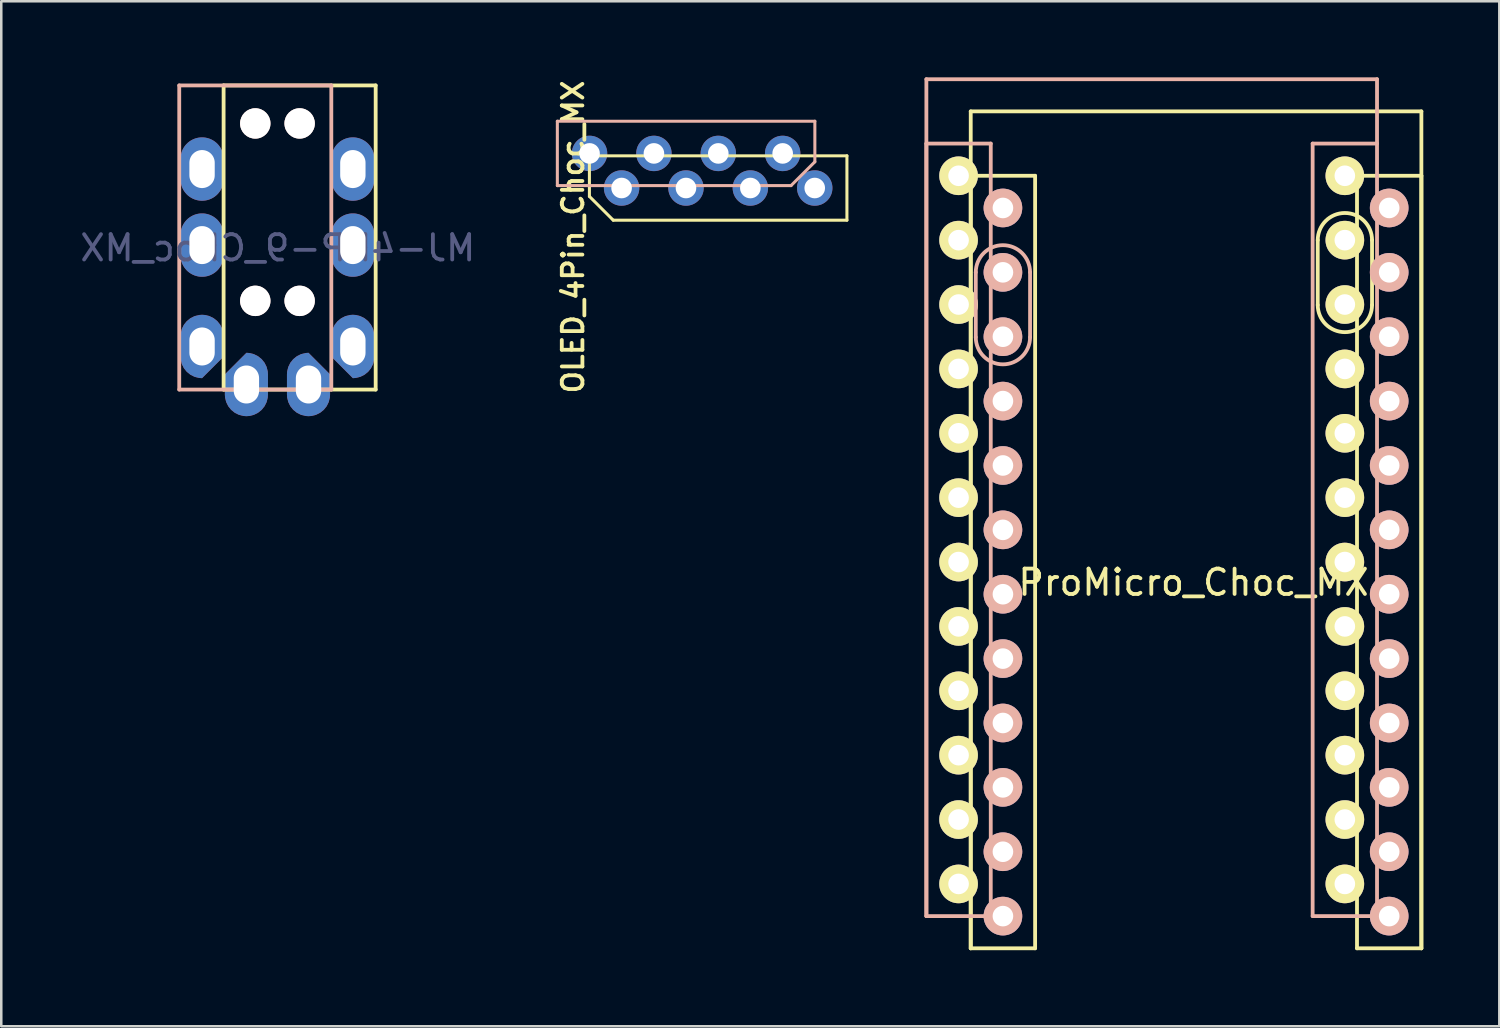
<source format=kicad_pcb>
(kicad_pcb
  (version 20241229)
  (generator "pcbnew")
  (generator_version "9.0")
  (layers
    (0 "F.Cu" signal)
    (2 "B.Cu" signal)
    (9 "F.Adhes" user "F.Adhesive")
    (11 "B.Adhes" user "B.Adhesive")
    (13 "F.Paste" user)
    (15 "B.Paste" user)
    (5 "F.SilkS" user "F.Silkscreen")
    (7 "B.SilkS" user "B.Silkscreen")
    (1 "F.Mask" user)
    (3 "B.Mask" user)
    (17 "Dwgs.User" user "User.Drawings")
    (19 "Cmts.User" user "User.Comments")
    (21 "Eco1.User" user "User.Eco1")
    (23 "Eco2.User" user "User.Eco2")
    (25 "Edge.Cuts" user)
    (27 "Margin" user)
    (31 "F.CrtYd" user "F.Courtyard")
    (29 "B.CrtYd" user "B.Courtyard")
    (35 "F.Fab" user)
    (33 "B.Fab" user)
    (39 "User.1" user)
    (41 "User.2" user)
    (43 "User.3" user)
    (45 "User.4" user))
  (footprint "OLED_4Pin_Choc_MX"
    (layer "F.Cu")
    (at 21.475 4.368)
    (property "Reference" "OLED_4Pin_Choc_MX" (at -1.915 1.93 90) (layer "F.SilkS") (effects (font (size 0.813 0.813) (thickness 0.15))))
    (attr through_hole)
    (fp_line (start -1.27 -1.27) (end 8.89 -1.27) (stroke (width 0.12) (type default)) (layer "F.SilkS"))
    (fp_line (start -1.27 0.331) (end -1.27 -1.27) (stroke (width 0.12) (type default)) (layer "F.SilkS"))
    (fp_line (start -1.27 0.331) (end -0.33 1.27) (stroke (width 0.12) (type default)) (layer "F.SilkS"))
    (fp_line (start 8.89 -1.27) (end 8.89 1.27) (stroke (width 0.12) (type default)) (layer "F.SilkS"))
    (fp_line (start 8.89 1.27) (end -0.33 1.27) (stroke (width 0.12) (type default)) (layer "F.SilkS"))
    (fp_line (start -2.535 -2.635) (end -2.535 -0.095) (stroke (width 0.12) (type default)) (layer "B.SilkS"))
    (fp_line (start -2.535 -0.095) (end 6.685 -0.095) (stroke (width 0.12) (type default)) (layer "B.SilkS"))
    (fp_line (start 7.625 -2.635) (end -2.535 -2.635) (stroke (width 0.12) (type default)) (layer "B.SilkS"))
    (fp_line (start 7.625 -1.034) (end 6.685 -0.095) (stroke (width 0.12) (type default)) (layer "B.SilkS"))
    (fp_line (start 7.625 -1.034) (end 7.625 -2.635) (stroke (width 0.12) (type default)) (layer "B.SilkS"))
    (pad "1" thru_hole circle (at 0 0) (size 1.397 1.397) (drill 0.813) (layers "*.Cu" "B.Mask"))
    (pad "1" thru_hole circle (at 6.355 -1.365) (size 1.397 1.397) (drill 0.813) (layers "*.Cu" "F.Mask"))
    (pad "2" thru_hole circle (at 2.54 0) (size 1.397 1.397) (drill 0.813) (layers "*.Cu" "B.Mask"))
    (pad "2" thru_hole circle (at 3.815 -1.365) (size 1.397 1.397) (drill 0.813) (layers "*.Cu" "F.Mask"))
    (pad "3" thru_hole circle (at 1.275 -1.365) (size 1.397 1.397) (drill 0.813) (layers "*.Cu" "F.Mask"))
    (pad "3" thru_hole circle (at 5.08 0) (size 1.397 1.397) (drill 0.813) (layers "*.Cu" "B.Mask"))
    (pad "4" thru_hole circle (at -1.265 -1.365) (size 1.397 1.397) (drill 0.813) (layers "*.Cu" "F.Mask"))
    (pad "4" thru_hole circle (at 7.62 0) (size 1.397 1.397) (drill 0.813) (layers "*.Cu" "B.Mask")))
  (footprint "ProMicro_Choc_MX"
    (layer "F.Cu")
    (at 44.041 18.729)
    (property "Reference" "ProMicro_Choc_MX" (at 0 1.2 0) (layer "F.SilkS") (effects (font (size 1 1) (thickness 0.15))))
    (attr through_hole)
    (fp_line (start -8.791 -17.384) (end -8.791 15.636) (stroke (width 0.15) (type solid)) (layer "F.SilkS"))
    (fp_line (start -8.791 -14.844) (end -8.791 15.636) (stroke (width 0.15) (type solid)) (layer "F.SilkS"))
    (fp_line (start -8.791 15.636) (end -6.251 15.636) (stroke (width 0.15) (type solid)) (layer "F.SilkS"))
    (fp_line (start -6.251 -14.844) (end -8.791 -14.844) (stroke (width 0.15) (type solid)) (layer "F.SilkS"))
    (fp_line (start -6.251 15.636) (end -6.251 -14.844) (stroke (width 0.15) (type solid)) (layer "F.SilkS"))
    (fp_line (start 4.9 -12.305) (end 4.9 -9.745) (stroke (width 0.15) (type default)) (layer "F.SilkS"))
    (fp_line (start 6.449 -14.844) (end 6.449 15.636) (stroke (width 0.15) (type solid)) (layer "F.SilkS"))
    (fp_line (start 6.449 15.636) (end 8.989 15.636) (stroke (width 0.15) (type solid)) (layer "F.SilkS"))
    (fp_line (start 7.042 -9.745) (end 7.042 -12.305) (stroke (width 0.15) (type default)) (layer "F.SilkS"))
    (fp_line (start 8.989 -17.384) (end -8.791 -17.384) (stroke (width 0.15) (type solid)) (layer "F.SilkS"))
    (fp_line (start 8.989 -14.844) (end 6.449 -14.844) (stroke (width 0.15) (type solid)) (layer "F.SilkS"))
    (fp_line (start 8.989 15.636) (end 8.989 -17.384) (stroke (width 0.15) (type solid)) (layer "F.SilkS"))
    (fp_line (start 8.989 15.636) (end 8.989 -14.844) (stroke (width 0.15) (type solid)) (layer "F.SilkS"))
    (fp_arc (start 4.9 -12.304627) (mid 5.971224 -13.375851) (end 7.042448 -12.304627) (stroke (width 0.15) (type default)) (layer "F.SilkS"))
    (fp_arc (start 7.042448 -9.745372) (mid 5.971224 -8.674148) (end 4.9 -9.745372) (stroke (width 0.15) (type default)) (layer "F.SilkS"))
    (fp_line (start -10.541 -18.654) (end 7.239 -18.654) (stroke (width 0.15) (type solid)) (layer "B.SilkS"))
    (fp_line (start -10.541 -16.114) (end -8.001 -16.114) (stroke (width 0.15) (type solid)) (layer "B.SilkS"))
    (fp_line (start -10.541 14.366) (end -10.541 -18.654) (stroke (width 0.15) (type solid)) (layer "B.SilkS"))
    (fp_line (start -10.541 14.366) (end -10.541 -16.114) (stroke (width 0.15) (type solid)) (layer "B.SilkS"))
    (fp_line (start -8.592 -8.475) (end -8.592 -11.034) (stroke (width 0.15) (type default)) (layer "B.SilkS"))
    (fp_line (start -8.001 -16.114) (end -8.001 14.366) (stroke (width 0.15) (type solid)) (layer "B.SilkS"))
    (fp_line (start -8.001 14.366) (end -10.541 14.366) (stroke (width 0.15) (type solid)) (layer "B.SilkS"))
    (fp_line (start -6.45 -11.034) (end -6.45 -8.475) (stroke (width 0.15) (type default)) (layer "B.SilkS"))
    (fp_line (start 4.699 -16.114) (end 7.239 -16.114) (stroke (width 0.15) (type solid)) (layer "B.SilkS"))
    (fp_line (start 4.699 14.366) (end 4.699 -16.114) (stroke (width 0.15) (type solid)) (layer "B.SilkS"))
    (fp_line (start 7.239 -18.654) (end 7.239 14.366) (stroke (width 0.15) (type solid)) (layer "B.SilkS"))
    (fp_line (start 7.239 14.366) (end 4.699 14.366) (stroke (width 0.15) (type solid)) (layer "B.SilkS"))
    (fp_arc (start -8.592409 -11.034255) (mid -7.521185 -12.105479) (end -6.449961 -11.034255) (stroke (width 0.15) (type default)) (layer "B.SilkS"))
    (fp_arc (start -6.449961 -8.475) (mid -7.521185 -7.403776) (end -8.592409 -8.475) (stroke (width 0.15) (type default)) (layer "B.SilkS"))
    (pad "1" thru_hole circle (at -9.271 -14.844) (size 1.524 1.524) (drill 0.813) (layers "*.Cu" "F.Mask" "F.SilkS"))
    (pad "1" thru_hole circle (at 7.719 -13.574 180) (size 1.524 1.524) (drill 0.813) (layers "*.Cu" "B.Mask" "B.SilkS"))
    (pad "2" thru_hole circle (at -9.271 -12.304) (size 1.524 1.524) (drill 0.813) (layers "*.Cu" "F.Mask" "F.SilkS"))
    (pad "2" thru_hole circle (at 7.719 -11.034 180) (size 1.524 1.524) (drill 0.813) (layers "*.Cu" "B.Mask" "B.SilkS"))
    (pad "3" thru_hole circle (at -9.271 -9.764) (size 1.524 1.524) (drill 0.813) (layers "*.Cu" "F.Mask" "F.SilkS"))
    (pad "3" thru_hole circle (at 7.719 -8.494 180) (size 1.524 1.524) (drill 0.813) (layers "*.Cu" "B.Mask" "B.SilkS"))
    (pad "4" thru_hole circle (at -9.271 -7.224) (size 1.524 1.524) (drill 0.813) (layers "*.Cu" "F.Mask" "F.SilkS"))
    (pad "4" thru_hole circle (at 7.719 -5.954 180) (size 1.524 1.524) (drill 0.813) (layers "*.Cu" "B.Mask" "B.SilkS"))
    (pad "5" thru_hole circle (at -9.271 -4.684) (size 1.524 1.524) (drill 0.813) (layers "*.Cu" "F.Mask" "F.SilkS"))
    (pad "5" thru_hole circle (at 7.719 -3.414 180) (size 1.524 1.524) (drill 0.813) (layers "*.Cu" "B.Mask" "B.SilkS"))
    (pad "6" thru_hole circle (at -9.271 -2.144) (size 1.524 1.524) (drill 0.813) (layers "*.Cu" "F.Mask" "F.SilkS"))
    (pad "6" thru_hole circle (at 7.719 -0.874 180) (size 1.524 1.524) (drill 0.813) (layers "*.Cu" "B.Mask" "B.SilkS"))
    (pad "7" thru_hole circle (at -9.271 0.396) (size 1.524 1.524) (drill 0.813) (layers "*.Cu" "F.Mask" "F.SilkS"))
    (pad "7" thru_hole circle (at 7.719 1.666 180) (size 1.524 1.524) (drill 0.813) (layers "*.Cu" "B.Mask" "B.SilkS"))
    (pad "8" thru_hole circle (at -9.271 2.936) (size 1.524 1.524) (drill 0.813) (layers "*.Cu" "F.Mask" "F.SilkS"))
    (pad "8" thru_hole circle (at 7.719 4.206 180) (size 1.524 1.524) (drill 0.813) (layers "*.Cu" "B.Mask" "B.SilkS"))
    (pad "9" thru_hole circle (at -9.271 5.476) (size 1.524 1.524) (drill 0.813) (layers "*.Cu" "F.Mask" "F.SilkS"))
    (pad "9" thru_hole circle (at 7.719 6.746 180) (size 1.524 1.524) (drill 0.813) (layers "*.Cu" "B.Mask" "B.SilkS"))
    (pad "10" thru_hole circle (at -9.271 8.016) (size 1.524 1.524) (drill 0.813) (layers "*.Cu" "F.Mask" "F.SilkS"))
    (pad "10" thru_hole circle (at 7.719 9.286 180) (size 1.524 1.524) (drill 0.813) (layers "*.Cu" "B.Mask" "B.SilkS"))
    (pad "11" thru_hole circle (at -9.271 10.556) (size 1.524 1.524) (drill 0.813) (layers "*.Cu" "F.Mask" "F.SilkS"))
    (pad "11" thru_hole circle (at 7.719 11.826 180) (size 1.524 1.524) (drill 0.813) (layers "*.Cu" "B.Mask" "B.SilkS"))
    (pad "12" thru_hole circle (at -9.271 13.096) (size 1.524 1.524) (drill 0.813) (layers "*.Cu" "F.Mask" "F.SilkS"))
    (pad "12" thru_hole circle (at 7.719 14.366 180) (size 1.524 1.524) (drill 0.813) (layers "*.Cu" "B.Mask" "B.SilkS"))
    (pad "13" thru_hole circle (at -7.521 14.366 180) (size 1.524 1.524) (drill 0.813) (layers "*.Cu" "B.Mask" "B.SilkS"))
    (pad "13" thru_hole circle (at 5.969 13.096) (size 1.524 1.524) (drill 0.813) (layers "*.Cu" "F.Mask" "F.SilkS"))
    (pad "14" thru_hole circle (at -7.521 11.826 180) (size 1.524 1.524) (drill 0.813) (layers "*.Cu" "B.Mask" "B.SilkS"))
    (pad "14" thru_hole circle (at 5.969 10.556) (size 1.524 1.524) (drill 0.813) (layers "*.Cu" "F.Mask" "F.SilkS"))
    (pad "15" thru_hole circle (at -7.521 9.286 180) (size 1.524 1.524) (drill 0.813) (layers "*.Cu" "B.Mask" "B.SilkS"))
    (pad "15" thru_hole circle (at 5.969 8.016) (size 1.524 1.524) (drill 0.813) (layers "*.Cu" "F.Mask" "F.SilkS"))
    (pad "16" thru_hole circle (at -7.521 6.746 180) (size 1.524 1.524) (drill 0.813) (layers "*.Cu" "B.Mask" "B.SilkS"))
    (pad "16" thru_hole circle (at 5.969 5.476) (size 1.524 1.524) (drill 0.813) (layers "*.Cu" "F.Mask" "F.SilkS"))
    (pad "17" thru_hole circle (at -7.521 4.206 180) (size 1.524 1.524) (drill 0.813) (layers "*.Cu" "B.Mask" "B.SilkS"))
    (pad "17" thru_hole circle (at 5.969 2.936) (size 1.524 1.524) (drill 0.813) (layers "*.Cu" "F.Mask" "F.SilkS"))
    (pad "18" thru_hole circle (at -7.521 1.666 180) (size 1.524 1.524) (drill 0.813) (layers "*.Cu" "B.Mask" "B.SilkS"))
    (pad "18" thru_hole circle (at 5.969 0.396) (size 1.524 1.524) (drill 0.813) (layers "*.Cu" "F.Mask" "F.SilkS"))
    (pad "19" thru_hole circle (at -7.521 -0.874 180) (size 1.524 1.524) (drill 0.813) (layers "*.Cu" "B.Mask" "B.SilkS"))
    (pad "19" thru_hole circle (at 5.969 -2.144) (size 1.524 1.524) (drill 0.813) (layers "*.Cu" "F.Mask" "F.SilkS"))
    (pad "20" thru_hole circle (at -7.521 -3.414 180) (size 1.524 1.524) (drill 0.813) (layers "*.Cu" "B.Mask" "B.SilkS"))
    (pad "20" thru_hole circle (at 5.969 -4.684) (size 1.524 1.524) (drill 0.813) (layers "*.Cu" "F.Mask" "F.SilkS"))
    (pad "21" thru_hole circle (at -7.521 -5.954 180) (size 1.524 1.524) (drill 0.813) (layers "*.Cu" "B.Mask" "B.SilkS"))
    (pad "21" thru_hole circle (at 5.969 -7.224) (size 1.524 1.524) (drill 0.813) (layers "*.Cu" "F.Mask" "F.SilkS"))
    (pad "22" thru_hole circle (at -7.521 -8.494 180) (size 1.524 1.524) (drill 0.813) (layers "*.Cu" "B.Mask" "B.SilkS"))
    (pad "22" thru_hole circle (at 5.969 -9.764) (size 1.524 1.524) (drill 0.813) (layers "*.Cu" "F.Mask" "F.SilkS"))
    (pad "23" thru_hole circle (at -7.521 -11.034 180) (size 1.524 1.524) (drill 0.813) (layers "*.Cu" "B.Mask" "B.SilkS"))
    (pad "23" thru_hole circle (at 5.969 -12.304) (size 1.524 1.524) (drill 0.813) (layers "*.Cu" "F.Mask" "F.SilkS"))
    (pad "24" thru_hole circle (at -7.521 -13.574 180) (size 1.524 1.524) (drill 0.813) (layers "*.Cu" "B.Mask" "B.SilkS"))
    (pad "24" thru_hole circle (at 5.969 -14.844) (size 1.524 1.524) (drill 0.813) (layers "*.Cu" "F.Mask" "F.SilkS")))
  (footprint "MJ-4PP-9_Choc_MX"
    (layer "F.Cu")
    (at 7.897 0.25)
    (property "Reference" "MJ-4PP-9_Choc_MX" (at 0.014 6.484 0) (layer "B.Fab") (effects (font (size 1 1) (thickness 0.15)) (justify mirror)))
    (attr through_hole)
    (fp_line (start -2.125 0.07) (end -2.125 12.07) (stroke (width 0.15) (type solid)) (layer "F.SilkS"))
    (fp_line (start -2.125 12.07) (end 3.875 12.07) (stroke (width 0.15) (type solid)) (layer "F.SilkS"))
    (fp_line (start 3.875 0.07) (end -2.125 0.07) (stroke (width 0.15) (type solid)) (layer "F.SilkS"))
    (fp_line (start 3.875 12.07) (end 3.875 0.07) (stroke (width 0.15) (type solid)) (layer "F.SilkS"))
    (fp_line (start -3.875 0.07) (end -3.875 12.07) (stroke (width 0.15) (type solid)) (layer "B.SilkS"))
    (fp_line (start -3.875 12.07) (end 2.125 12.07) (stroke (width 0.15) (type solid)) (layer "B.SilkS"))
    (fp_line (start 2.125 0.07) (end -3.875 0.07) (stroke (width 0.15) (type solid)) (layer "B.SilkS"))
    (fp_line (start 2.125 12.07) (end 2.125 0.07) (stroke (width 0.15) (type solid)) (layer "B.SilkS"))
    (pad "" np_thru_hole circle (at -0.875 1.57) (size 1.2 1.2) (drill 1.2) (layers "*.Cu" "*.Mask" "B.SilkS"))
    (pad "" np_thru_hole circle (at -0.875 8.57) (size 1.2 1.2) (drill 1.2) (layers "*.Cu" "*.Mask" "B.SilkS"))
    (pad "" np_thru_hole circle (at 0.875 1.57) (size 1.2 1.2) (drill 1.2) (layers "*.Cu" "*.Mask" "B.SilkS"))
    (pad "" np_thru_hole circle (at 0.875 8.57) (size 1.2 1.2) (drill 1.2) (layers "*.Cu" "*.Mask" "B.SilkS"))
    (pad "1" thru_hole roundrect (at -2.975 10.37) (size 1.7 2.5) (drill oval 1 1.5) (layers "*.Cu" "F.Mask") (roundrect_rratio 0.5) (chamfer_ratio 0.5) (chamfer bottom_right))
    (pad "1" thru_hole roundrect (at 2.975 10.37) (size 1.7 2.5) (drill oval 1 1.5) (layers "*.Cu" "B.Mask") (roundrect_rratio 0.5) (chamfer_ratio 0.5) (chamfer bottom_left))
    (pad "2" thru_hole oval (at -2.975 6.37) (size 1.7 2.5) (drill oval 1 1.5) (layers "*.Cu" "F.Mask"))
    (pad "2" thru_hole oval (at 2.975 6.37) (size 1.7 2.5) (drill oval 1 1.5) (layers "*.Cu" "B.Mask"))
    (pad "3" thru_hole oval (at -2.975 3.37) (size 1.7 2.5) (drill oval 1 1.5) (layers "*.Cu" "F.Mask"))
    (pad "3" thru_hole oval (at 2.975 3.37) (size 1.7 2.5) (drill oval 1 1.5) (layers "*.Cu" "B.Mask"))
    (pad "4" thru_hole roundrect (at -1.225 11.87) (size 1.7 2.5) (drill oval 1 1.5) (layers "*.Cu" "B.Mask") (roundrect_rratio 0.5) (chamfer_ratio 0.5) (chamfer top_left))
    (pad "4" thru_hole roundrect (at 1.225 11.87) (size 1.7 2.5) (drill oval 1 1.5) (layers "*.Cu" "F.Mask") (roundrect_rratio 0.5) (chamfer_ratio 0.5) (chamfer top_right)))
  (gr_rect
    (start -3 -3)
    (end 56.105 37.44)
    (stroke (width 0.1) (type default))
    (fill no)
    (layer "Edge.Cuts")))
</source>
